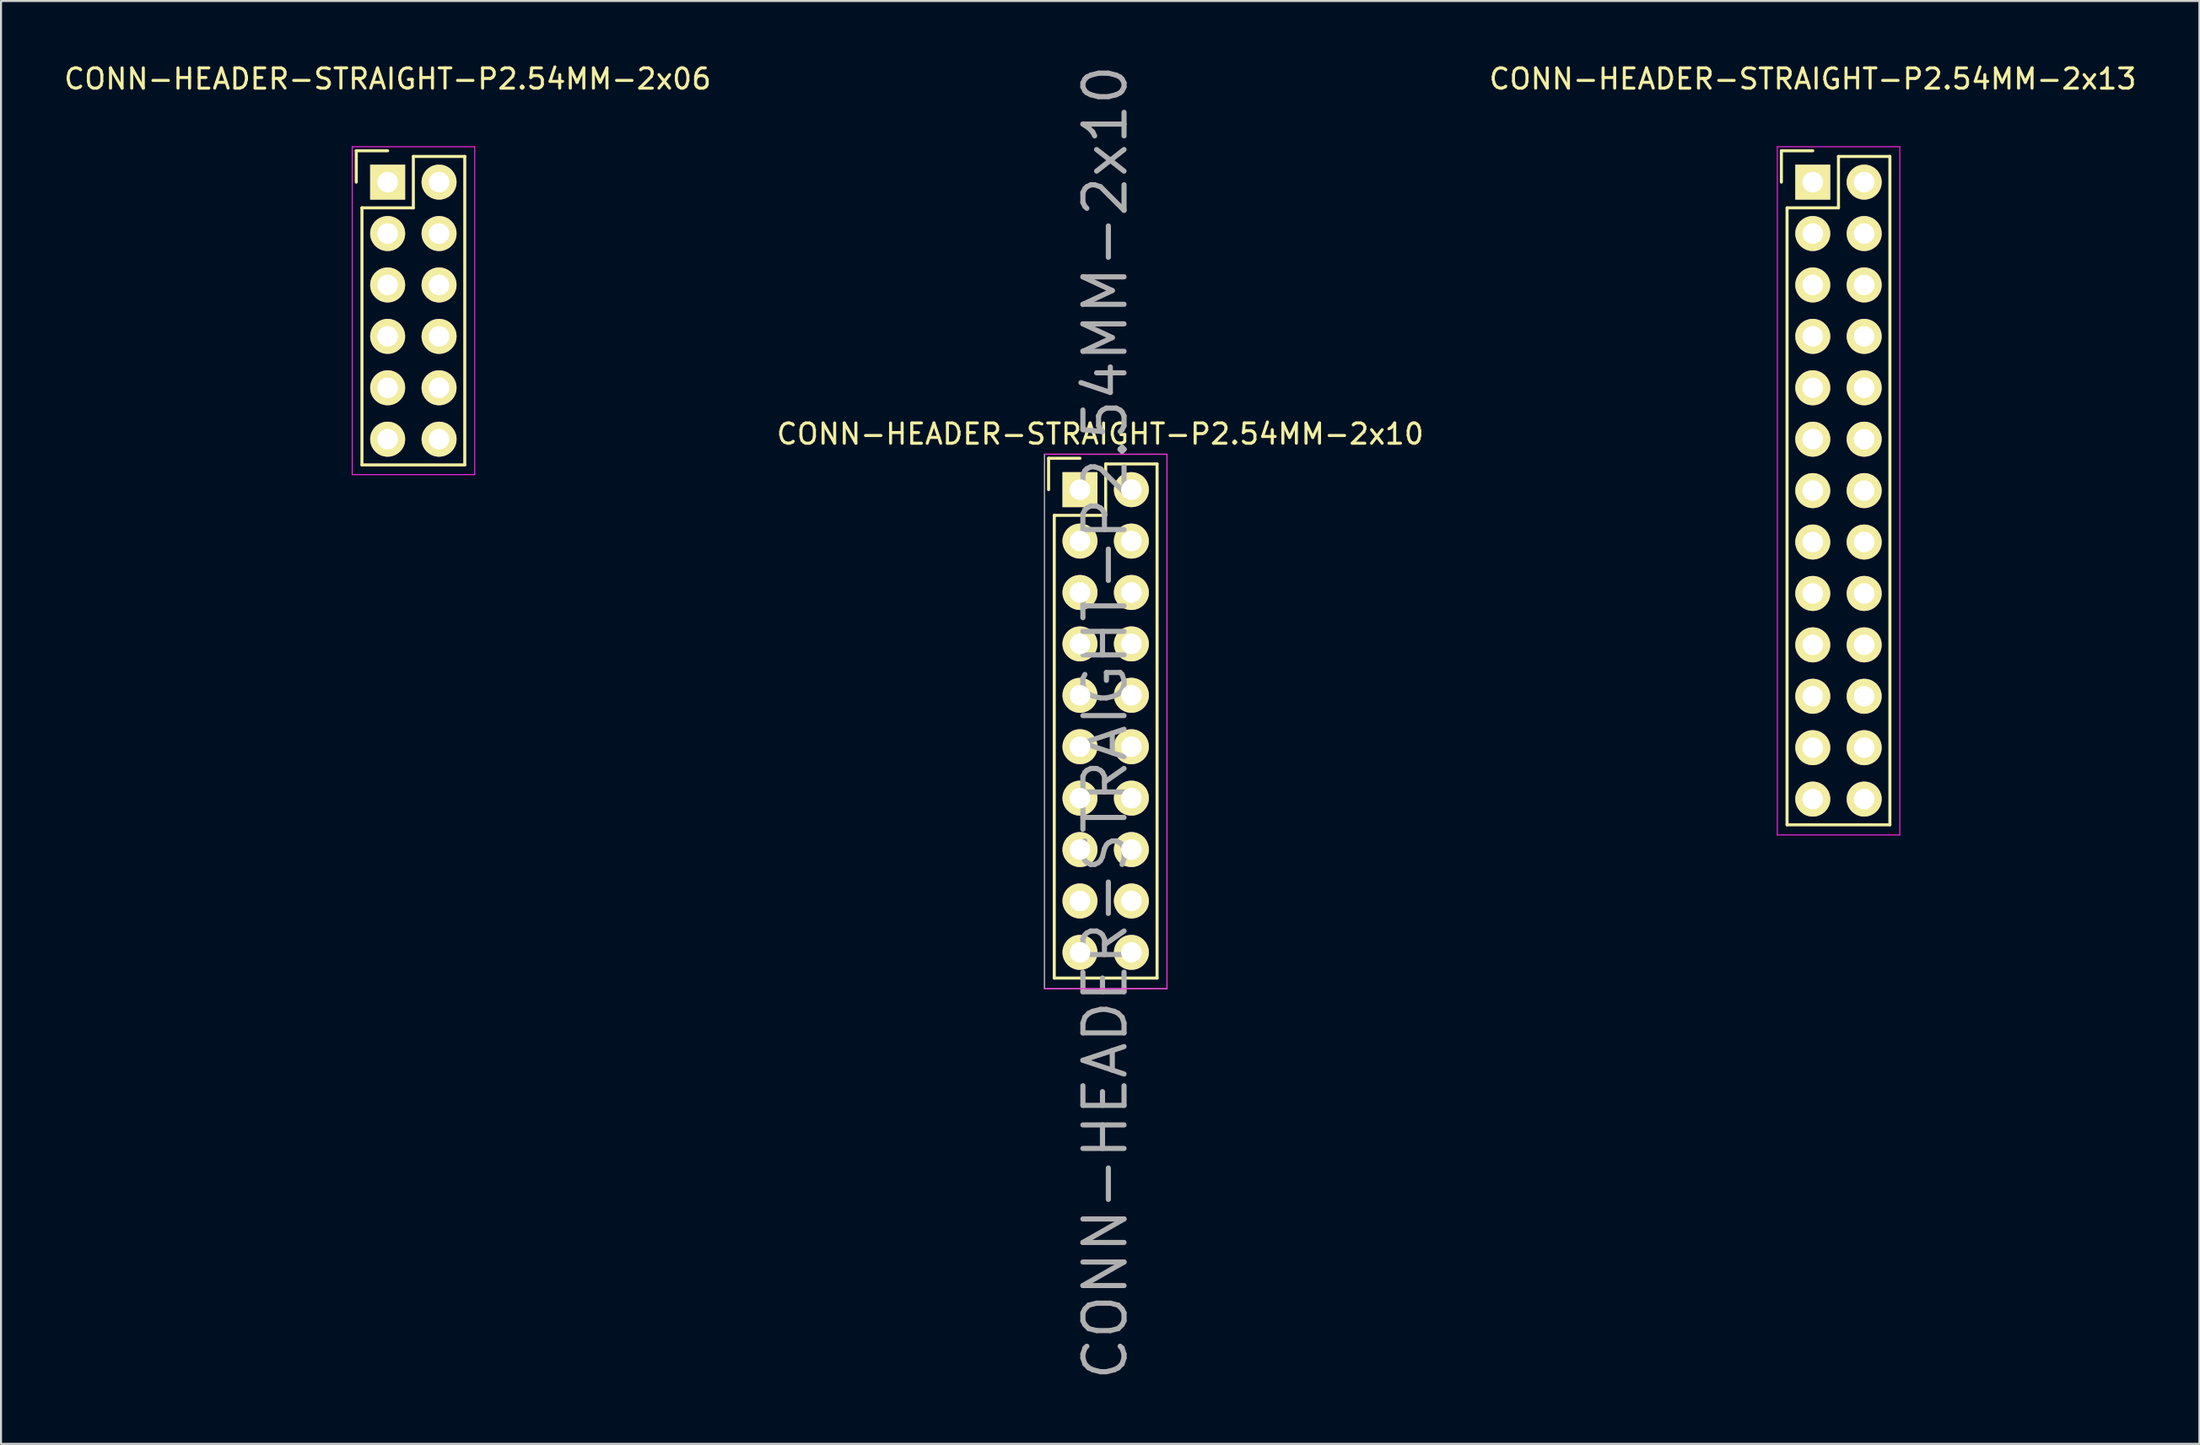
<source format=kicad_pcb>
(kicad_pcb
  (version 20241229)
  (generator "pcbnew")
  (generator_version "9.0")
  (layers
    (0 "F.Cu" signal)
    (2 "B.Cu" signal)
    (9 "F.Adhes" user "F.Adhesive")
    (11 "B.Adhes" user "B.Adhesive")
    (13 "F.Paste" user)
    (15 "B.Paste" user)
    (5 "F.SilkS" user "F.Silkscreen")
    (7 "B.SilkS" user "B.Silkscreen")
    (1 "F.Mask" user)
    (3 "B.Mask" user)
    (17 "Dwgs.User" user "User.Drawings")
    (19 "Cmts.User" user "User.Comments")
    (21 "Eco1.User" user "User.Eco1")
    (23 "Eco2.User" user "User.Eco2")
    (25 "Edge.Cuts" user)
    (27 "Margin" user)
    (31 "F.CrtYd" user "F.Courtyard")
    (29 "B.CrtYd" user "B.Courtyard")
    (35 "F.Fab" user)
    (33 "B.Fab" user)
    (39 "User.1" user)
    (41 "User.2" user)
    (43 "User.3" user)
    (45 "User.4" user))
  (footprint "CONN-HEADER-STRAIGHT-P2.54MM-2x06"
    (layer "F.Cu")
    (at 16.101 5.948)
    (property "Reference" "CONN-HEADER-STRAIGHT-P2.54MM-2x06" (at 0 -5.1 0) (layer "F.SilkS") (effects (font (size 1 1) (thickness 0.15))))
    (attr through_hole)
    (fp_line (start -1.55 -1.55) (end -1.55 0) (stroke (width 0.15) (type solid)) (layer "F.SilkS"))
    (fp_line (start -1.27 1.27) (end -1.27 13.97) (stroke (width 0.15) (type solid)) (layer "F.SilkS"))
    (fp_line (start 0 -1.55) (end -1.55 -1.55) (stroke (width 0.15) (type solid)) (layer "F.SilkS"))
    (fp_line (start 1.27 -1.27) (end 1.27 1.27) (stroke (width 0.15) (type solid)) (layer "F.SilkS"))
    (fp_line (start 1.27 1.27) (end -1.27 1.27) (stroke (width 0.15) (type solid)) (layer "F.SilkS"))
    (fp_line (start 3.81 -1.27) (end 1.27 -1.27) (stroke (width 0.15) (type solid)) (layer "F.SilkS"))
    (fp_line (start 3.81 13.97) (end -1.27 13.97) (stroke (width 0.15) (type solid)) (layer "F.SilkS"))
    (fp_line (start 3.81 13.97) (end 3.81 -1.27) (stroke (width 0.15) (type solid)) (layer "F.SilkS"))
    (fp_line (start -1.75 -1.75) (end -1.75 14.45) (stroke (width 0.05) (type solid)) (layer "F.CrtYd"))
    (fp_line (start -1.75 -1.75) (end 4.3 -1.75) (stroke (width 0.05) (type solid)) (layer "F.CrtYd"))
    (fp_line (start -1.75 14.45) (end 4.3 14.45) (stroke (width 0.05) (type solid)) (layer "F.CrtYd"))
    (fp_line (start 4.3 -1.75) (end 4.3 14.45) (stroke (width 0.05) (type solid)) (layer "F.CrtYd"))
    (pad "1" thru_hole rect (at 0 0) (size 1.727 1.727) (drill 1.016) (layers "*.Cu" "*.Mask" "F.SilkS"))
    (pad "2" thru_hole oval (at 2.54 0) (size 1.727 1.727) (drill 1.016) (layers "*.Cu" "*.Mask" "F.SilkS"))
    (pad "3" thru_hole oval (at 0 2.54) (size 1.727 1.727) (drill 1.016) (layers "*.Cu" "*.Mask" "F.SilkS"))
    (pad "4" thru_hole oval (at 2.54 2.54) (size 1.727 1.727) (drill 1.016) (layers "*.Cu" "*.Mask" "F.SilkS"))
    (pad "5" thru_hole oval (at 0 5.08) (size 1.727 1.727) (drill 1.016) (layers "*.Cu" "*.Mask" "F.SilkS"))
    (pad "6" thru_hole oval (at 2.54 5.08) (size 1.727 1.727) (drill 1.016) (layers "*.Cu" "*.Mask" "F.SilkS"))
    (pad "7" thru_hole oval (at 0 7.62) (size 1.727 1.727) (drill 1.016) (layers "*.Cu" "*.Mask" "F.SilkS"))
    (pad "8" thru_hole oval (at 2.54 7.62) (size 1.727 1.727) (drill 1.016) (layers "*.Cu" "*.Mask" "F.SilkS"))
    (pad "9" thru_hole oval (at 0 10.16) (size 1.727 1.727) (drill 1.016) (layers "*.Cu" "*.Mask" "F.SilkS"))
    (pad "10" thru_hole oval (at 2.54 10.16) (size 1.727 1.727) (drill 1.016) (layers "*.Cu" "*.Mask" "F.SilkS"))
    (pad "11" thru_hole oval (at 0 12.7) (size 1.727 1.727) (drill 1.016) (layers "*.Cu" "*.Mask" "F.SilkS"))
    (pad "12" thru_hole oval (at 2.54 12.7) (size 1.727 1.727) (drill 1.016) (layers "*.Cu" "*.Mask" "F.SilkS")))
  (footprint "CONN-HEADER-STRAIGHT-P2.54MM-2x13"
    (layer "F.Cu")
    (at 86.506 5.948)
    (property "Reference" "CONN-HEADER-STRAIGHT-P2.54MM-2x13" (at 0 -5.1 0) (layer "F.SilkS") (effects (font (size 1 1) (thickness 0.15))))
    (attr through_hole)
    (fp_line (start -1.55 -1.55) (end -1.55 0) (stroke (width 0.15) (type solid)) (layer "F.SilkS"))
    (fp_line (start -1.27 1.27) (end -1.27 31.75) (stroke (width 0.15) (type solid)) (layer "F.SilkS"))
    (fp_line (start 0 -1.55) (end -1.55 -1.55) (stroke (width 0.15) (type solid)) (layer "F.SilkS"))
    (fp_line (start 1.27 -1.27) (end 1.27 1.27) (stroke (width 0.15) (type solid)) (layer "F.SilkS"))
    (fp_line (start 1.27 1.27) (end -1.27 1.27) (stroke (width 0.15) (type solid)) (layer "F.SilkS"))
    (fp_line (start 3.81 -1.27) (end 1.27 -1.27) (stroke (width 0.15) (type solid)) (layer "F.SilkS"))
    (fp_line (start 3.81 -1.27) (end 3.81 31.75) (stroke (width 0.15) (type solid)) (layer "F.SilkS"))
    (fp_line (start 3.81 31.75) (end -1.27 31.75) (stroke (width 0.15) (type solid)) (layer "F.SilkS"))
    (fp_line (start -1.75 -1.75) (end -1.75 32.25) (stroke (width 0.05) (type solid)) (layer "F.CrtYd"))
    (fp_line (start -1.75 -1.75) (end 4.3 -1.75) (stroke (width 0.05) (type solid)) (layer "F.CrtYd"))
    (fp_line (start -1.75 32.25) (end 4.3 32.25) (stroke (width 0.05) (type solid)) (layer "F.CrtYd"))
    (fp_line (start 4.3 -1.75) (end 4.3 32.25) (stroke (width 0.05) (type solid)) (layer "F.CrtYd"))
    (pad "1" thru_hole rect (at 0 0) (size 1.727 1.727) (drill 1.016) (layers "*.Cu" "*.Mask" "F.SilkS"))
    (pad "2" thru_hole oval (at 2.54 0) (size 1.727 1.727) (drill 1.016) (layers "*.Cu" "*.Mask" "F.SilkS"))
    (pad "3" thru_hole oval (at 0 2.54) (size 1.727 1.727) (drill 1.016) (layers "*.Cu" "*.Mask" "F.SilkS"))
    (pad "4" thru_hole oval (at 2.54 2.54) (size 1.727 1.727) (drill 1.016) (layers "*.Cu" "*.Mask" "F.SilkS"))
    (pad "5" thru_hole oval (at 0 5.08) (size 1.727 1.727) (drill 1.016) (layers "*.Cu" "*.Mask" "F.SilkS"))
    (pad "6" thru_hole oval (at 2.54 5.08) (size 1.727 1.727) (drill 1.016) (layers "*.Cu" "*.Mask" "F.SilkS"))
    (pad "7" thru_hole oval (at 0 7.62) (size 1.727 1.727) (drill 1.016) (layers "*.Cu" "*.Mask" "F.SilkS"))
    (pad "8" thru_hole oval (at 2.54 7.62) (size 1.727 1.727) (drill 1.016) (layers "*.Cu" "*.Mask" "F.SilkS"))
    (pad "9" thru_hole oval (at 0 10.16) (size 1.727 1.727) (drill 1.016) (layers "*.Cu" "*.Mask" "F.SilkS"))
    (pad "10" thru_hole oval (at 2.54 10.16) (size 1.727 1.727) (drill 1.016) (layers "*.Cu" "*.Mask" "F.SilkS"))
    (pad "11" thru_hole oval (at 0 12.7) (size 1.727 1.727) (drill 1.016) (layers "*.Cu" "*.Mask" "F.SilkS"))
    (pad "12" thru_hole oval (at 2.54 12.7) (size 1.727 1.727) (drill 1.016) (layers "*.Cu" "*.Mask" "F.SilkS"))
    (pad "13" thru_hole oval (at 0 15.24) (size 1.727 1.727) (drill 1.016) (layers "*.Cu" "*.Mask" "F.SilkS"))
    (pad "14" thru_hole oval (at 2.54 15.24) (size 1.727 1.727) (drill 1.016) (layers "*.Cu" "*.Mask" "F.SilkS"))
    (pad "15" thru_hole oval (at 0 17.78) (size 1.727 1.727) (drill 1.016) (layers "*.Cu" "*.Mask" "F.SilkS"))
    (pad "16" thru_hole oval (at 2.54 17.78) (size 1.727 1.727) (drill 1.016) (layers "*.Cu" "*.Mask" "F.SilkS"))
    (pad "17" thru_hole oval (at 0 20.32) (size 1.727 1.727) (drill 1.016) (layers "*.Cu" "*.Mask" "F.SilkS"))
    (pad "18" thru_hole oval (at 2.54 20.32) (size 1.727 1.727) (drill 1.016) (layers "*.Cu" "*.Mask" "F.SilkS"))
    (pad "19" thru_hole oval (at 0 22.86) (size 1.727 1.727) (drill 1.016) (layers "*.Cu" "*.Mask" "F.SilkS"))
    (pad "20" thru_hole oval (at 2.54 22.86) (size 1.727 1.727) (drill 1.016) (layers "*.Cu" "*.Mask" "F.SilkS"))
    (pad "21" thru_hole oval (at 0 25.4) (size 1.727 1.727) (drill 1.016) (layers "*.Cu" "*.Mask" "F.SilkS"))
    (pad "22" thru_hole oval (at 2.54 25.4) (size 1.727 1.727) (drill 1.016) (layers "*.Cu" "*.Mask" "F.SilkS"))
    (pad "23" thru_hole oval (at 0 27.94) (size 1.727 1.727) (drill 1.016) (layers "*.Cu" "*.Mask" "F.SilkS"))
    (pad "24" thru_hole oval (at 2.54 27.94) (size 1.727 1.727) (drill 1.016) (layers "*.Cu" "*.Mask" "F.SilkS"))
    (pad "25" thru_hole oval (at 0 30.48) (size 1.727 1.727) (drill 1.016) (layers "*.Cu" "*.Mask" "F.SilkS"))
    (pad "26" thru_hole oval (at 2.54 30.48) (size 1.727 1.727) (drill 1.016) (layers "*.Cu" "*.Mask" "F.SilkS")))
  (footprint "CONN-HEADER-STRAIGHT-P2.54MM-2x10"
    (layer "F.Cu")
    (at 50.304 21.141)
    (property "Reference" "CONN-HEADER-STRAIGHT-P2.54MM-2x10" (at 1.25 11.5 90) (layer "F.Fab") (effects (font (size 2.032 2.032) (thickness 0.254))))
    (attr through_hole)
    (fp_line (start -1.55 -1.55) (end -1.55 0) (stroke (width 0.15) (type solid)) (layer "F.SilkS"))
    (fp_line (start -1.27 1.27) (end -1.27 24.13) (stroke (width 0.15) (type solid)) (layer "F.SilkS"))
    (fp_line (start 0 -1.55) (end -1.55 -1.55) (stroke (width 0.15) (type solid)) (layer "F.SilkS"))
    (fp_line (start 1.27 -1.27) (end 1.27 1.27) (stroke (width 0.15) (type solid)) (layer "F.SilkS"))
    (fp_line (start 1.27 1.27) (end -1.27 1.27) (stroke (width 0.15) (type solid)) (layer "F.SilkS"))
    (fp_line (start 3.81 -1.27) (end 1.27 -1.27) (stroke (width 0.15) (type solid)) (layer "F.SilkS"))
    (fp_line (start 3.81 24.13) (end -1.27 24.13) (stroke (width 0.15) (type solid)) (layer "F.SilkS"))
    (fp_line (start 3.81 24.13) (end 3.81 -1.27) (stroke (width 0.15) (type solid)) (layer "F.SilkS"))
    (fp_line (start -1.75 -1.75) (end 4.3 -1.75) (stroke (width 0.05) (type solid)) (layer "F.CrtYd"))
    (fp_line (start -1.75 24.65) (end 4.3 24.65) (stroke (width 0.05) (type solid)) (layer "F.CrtYd"))
    (fp_line (start 4.3 -1.75) (end 4.3 24.65) (stroke (width 0.05) (type solid)) (layer "F.CrtYd"))
    (fp_line (start -1.75 -1.75) (end -1.75 24.65) (stroke (width 0.05) (type solid)) (layer "F.Fab"))
    (fp_line (start -1.75 -1.75) (end -1.75 24.65) (stroke (width 0.05) (type solid)) (layer "F.Fab"))
    (fp_line (start -1.75 -1.75) (end 4.3 -1.75) (stroke (width 0.05) (type solid)) (layer "F.Fab"))
    (fp_line (start -1.75 24.65) (end 4.3 24.65) (stroke (width 0.05) (type solid)) (layer "F.Fab"))
    (fp_line (start 4.3 -1.75) (end 4.3 24.65) (stroke (width 0.05) (type solid)) (layer "F.Fab"))
    (fp_text user "${REFERENCE}" (at 1 -2.75 0) (layer "F.SilkS") (effects (font (size 1 1) (thickness 0.15))))
    (pad "1" thru_hole rect (at 0 0) (size 1.727 1.727) (drill 1.016) (layers "*.Cu" "*.Mask" "F.SilkS"))
    (pad "2" thru_hole oval (at 2.54 0) (size 1.727 1.727) (drill 1.016) (layers "*.Cu" "*.Mask" "F.SilkS"))
    (pad "3" thru_hole oval (at 0 2.54) (size 1.727 1.727) (drill 1.016) (layers "*.Cu" "*.Mask" "F.SilkS"))
    (pad "4" thru_hole oval (at 2.54 2.54) (size 1.727 1.727) (drill 1.016) (layers "*.Cu" "*.Mask" "F.SilkS"))
    (pad "5" thru_hole oval (at 0 5.08) (size 1.727 1.727) (drill 1.016) (layers "*.Cu" "*.Mask" "F.SilkS"))
    (pad "6" thru_hole oval (at 2.54 5.08) (size 1.727 1.727) (drill 1.016) (layers "*.Cu" "*.Mask" "F.SilkS"))
    (pad "7" thru_hole oval (at 0 7.62) (size 1.727 1.727) (drill 1.016) (layers "*.Cu" "*.Mask" "F.SilkS"))
    (pad "8" thru_hole oval (at 2.54 7.62) (size 1.727 1.727) (drill 1.016) (layers "*.Cu" "*.Mask" "F.SilkS"))
    (pad "9" thru_hole oval (at 0 10.16) (size 1.727 1.727) (drill 1.016) (layers "*.Cu" "*.Mask" "F.SilkS"))
    (pad "10" thru_hole oval (at 2.54 10.16) (size 1.727 1.727) (drill 1.016) (layers "*.Cu" "*.Mask" "F.SilkS"))
    (pad "11" thru_hole oval (at 0 12.7) (size 1.727 1.727) (drill 1.016) (layers "*.Cu" "*.Mask" "F.SilkS"))
    (pad "12" thru_hole oval (at 2.54 12.7) (size 1.727 1.727) (drill 1.016) (layers "*.Cu" "*.Mask" "F.SilkS"))
    (pad "13" thru_hole oval (at 0 15.24) (size 1.727 1.727) (drill 1.016) (layers "*.Cu" "*.Mask" "F.SilkS"))
    (pad "14" thru_hole oval (at 2.54 15.24) (size 1.727 1.727) (drill 1.016) (layers "*.Cu" "*.Mask" "F.SilkS"))
    (pad "15" thru_hole oval (at 0 17.78) (size 1.727 1.727) (drill 1.016) (layers "*.Cu" "*.Mask" "F.SilkS"))
    (pad "16" thru_hole oval (at 2.54 17.78) (size 1.727 1.727) (drill 1.016) (layers "*.Cu" "*.Mask" "F.SilkS"))
    (pad "17" thru_hole oval (at 0 20.32) (size 1.727 1.727) (drill 1.016) (layers "*.Cu" "*.Mask" "F.SilkS"))
    (pad "18" thru_hole oval (at 2.54 20.32) (size 1.727 1.727) (drill 1.016) (layers "*.Cu" "*.Mask" "F.SilkS"))
    (pad "19" thru_hole oval (at 0 22.86) (size 1.727 1.727) (drill 1.016) (layers "*.Cu" "*.Mask" "F.SilkS"))
    (pad "20" thru_hole oval (at 2.54 22.86) (size 1.727 1.727) (drill 1.016) (layers "*.Cu" "*.Mask" "F.SilkS")))
  (gr_rect
    (start -3 -3)
    (end 105.607 68.283)
    (stroke (width 0.1) (type default))
    (fill no)
    (layer "Edge.Cuts")))
</source>
